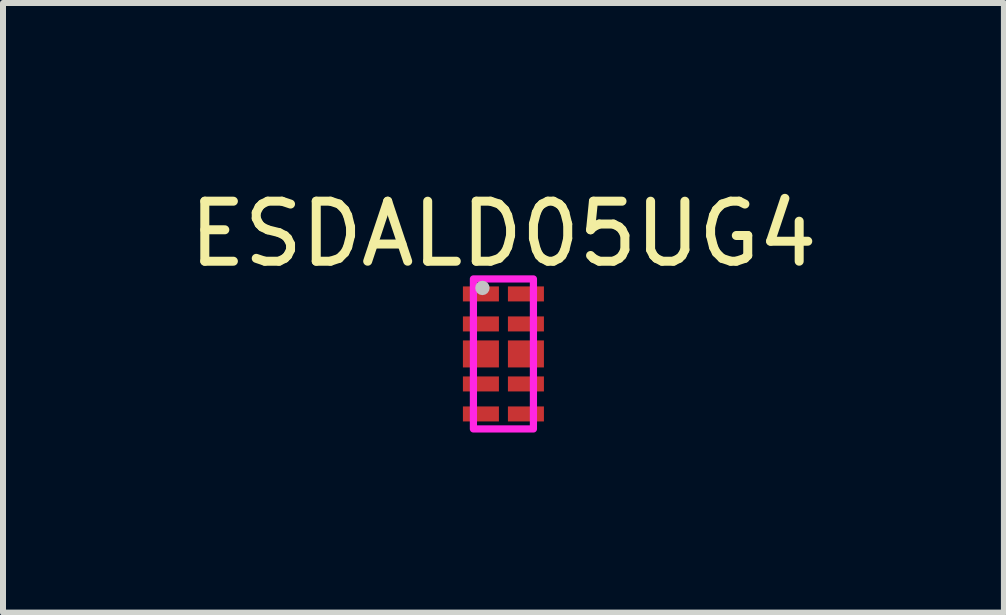
<source format=kicad_pcb>
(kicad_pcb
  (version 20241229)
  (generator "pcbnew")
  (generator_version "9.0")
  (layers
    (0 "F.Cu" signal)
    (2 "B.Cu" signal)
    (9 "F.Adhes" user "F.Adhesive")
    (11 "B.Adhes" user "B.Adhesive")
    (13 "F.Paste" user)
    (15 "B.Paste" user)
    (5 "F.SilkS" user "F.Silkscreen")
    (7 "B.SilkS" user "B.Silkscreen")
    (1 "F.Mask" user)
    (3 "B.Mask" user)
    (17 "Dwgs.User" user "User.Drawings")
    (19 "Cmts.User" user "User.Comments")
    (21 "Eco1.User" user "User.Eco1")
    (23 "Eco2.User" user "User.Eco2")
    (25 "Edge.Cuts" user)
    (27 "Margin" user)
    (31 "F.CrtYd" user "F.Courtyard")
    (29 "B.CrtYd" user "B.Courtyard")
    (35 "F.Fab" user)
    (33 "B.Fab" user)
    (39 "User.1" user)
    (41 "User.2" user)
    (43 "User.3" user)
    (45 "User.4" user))
  (footprint "ESDALD05UG4"
    (layer "F.Cu")
    (at 5.339 2.848)
    (property "Reference" "ESDALD05UG4" (at 0 -2 0) (unlocked yes) (layer "F.SilkS") (effects (font (size 1 1) (thickness 0.15))))
    (attr smd)
    (fp_circle (center -0.35 -1.1) (end -0.35 -1.1) (stroke (width 0.12) (type solid)) (fill no) (layer "Dwgs.User"))
    (fp_rect (start -0.5 -1.25) (end 0.5 1.25) (stroke (width 0.12) (type solid)) (fill no) (layer "F.CrtYd"))
    (pad "1" smd rect (at -0.375 -1) (size 0.6 0.25) (layers "F.Cu" "F.Mask" "F.Paste"))
    (pad "2" smd rect (at -0.375 -0.5) (size 0.6 0.25) (layers "F.Cu" "F.Mask" "F.Paste"))
    (pad "3" smd rect (at -0.375 0) (size 0.6 0.45) (layers "F.Cu" "F.Mask" "F.Paste"))
    (pad "4" smd rect (at -0.375 0.5) (size 0.6 0.25) (layers "F.Cu" "F.Mask" "F.Paste"))
    (pad "5" smd rect (at -0.375 1) (size 0.6 0.25) (layers "F.Cu" "F.Mask" "F.Paste"))
    (pad "6" smd rect (at 0.375 1) (size 0.6 0.25) (layers "F.Cu" "F.Mask" "F.Paste"))
    (pad "7" smd rect (at 0.375 0.5) (size 0.6 0.25) (layers "F.Cu" "F.Mask" "F.Paste"))
    (pad "8" smd rect (at 0.375 0) (size 0.6 0.45) (layers "F.Cu" "F.Mask" "F.Paste"))
    (pad "9" smd rect (at 0.375 -0.5) (size 0.6 0.25) (layers "F.Cu" "F.Mask" "F.Paste"))
    (pad "10" smd rect (at 0.375 -1) (size 0.6 0.25) (layers "F.Cu" "F.Mask" "F.Paste")))
  (gr_rect
    (start -3 -3)
    (end 13.679 7.158)
    (stroke (width 0.1) (type default))
    (fill no)
    (layer "Edge.Cuts")))
</source>
